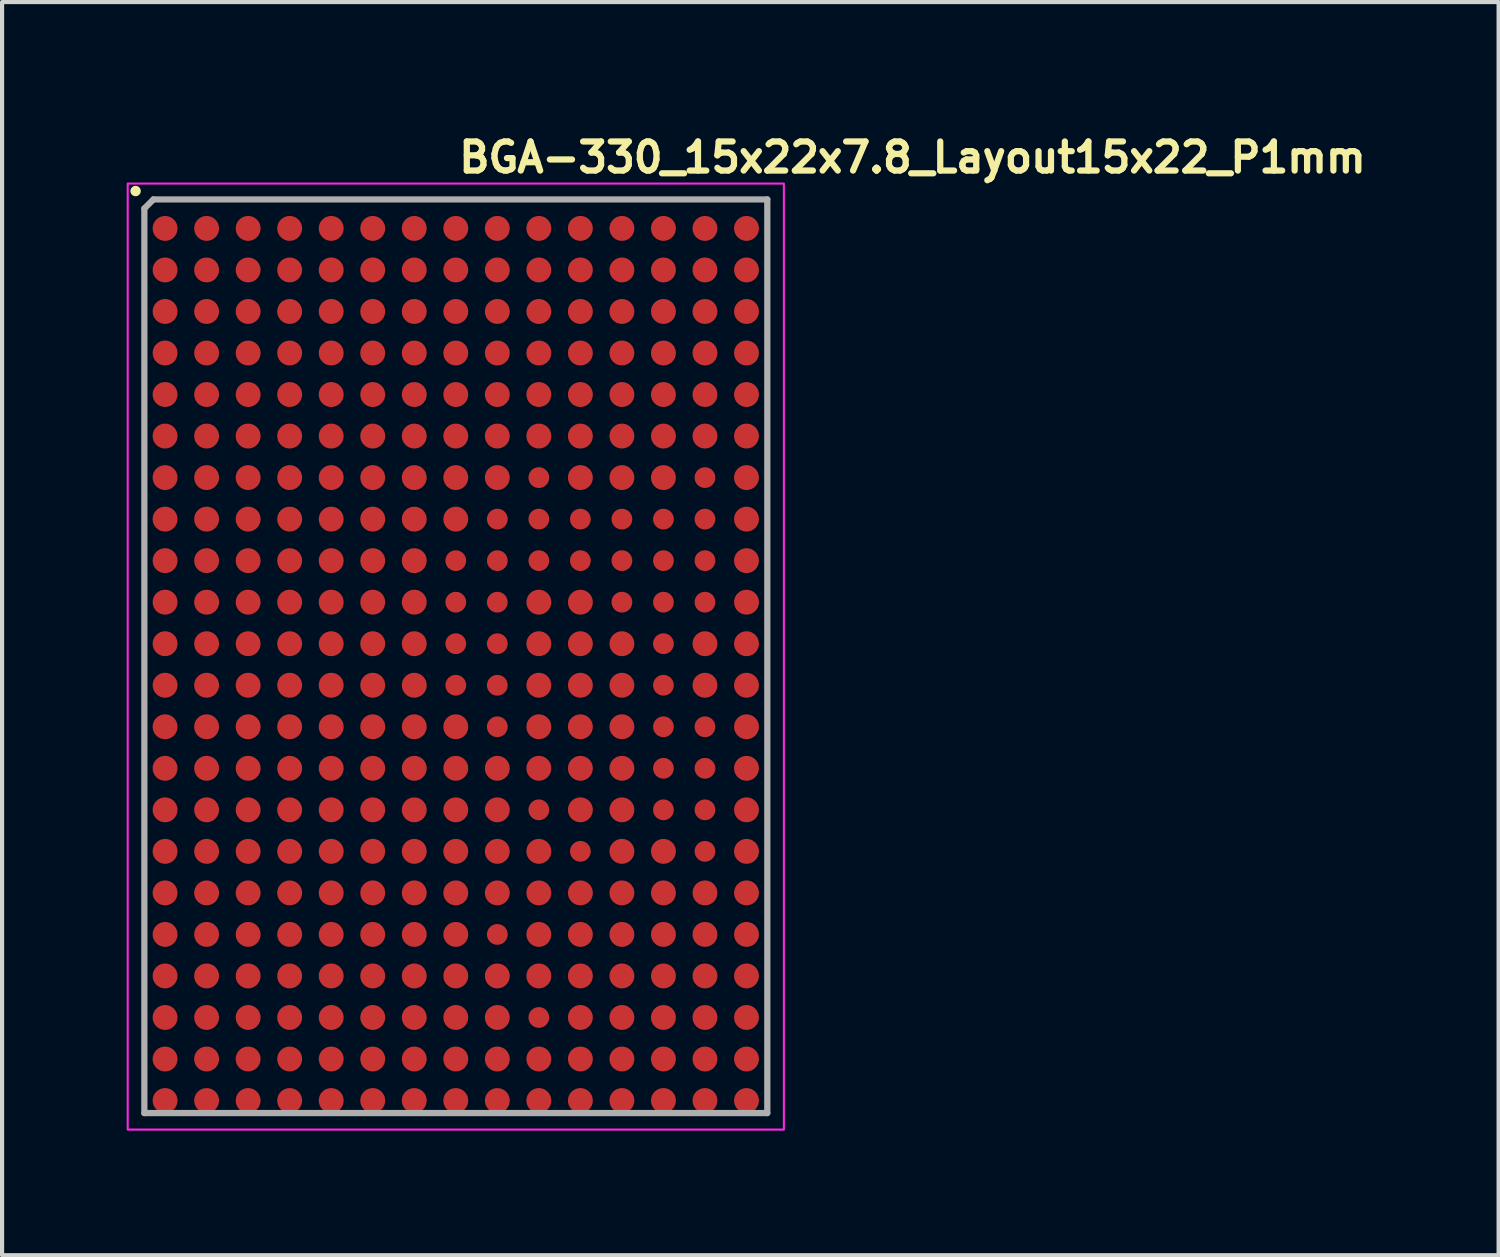
<source format=kicad_pcb>
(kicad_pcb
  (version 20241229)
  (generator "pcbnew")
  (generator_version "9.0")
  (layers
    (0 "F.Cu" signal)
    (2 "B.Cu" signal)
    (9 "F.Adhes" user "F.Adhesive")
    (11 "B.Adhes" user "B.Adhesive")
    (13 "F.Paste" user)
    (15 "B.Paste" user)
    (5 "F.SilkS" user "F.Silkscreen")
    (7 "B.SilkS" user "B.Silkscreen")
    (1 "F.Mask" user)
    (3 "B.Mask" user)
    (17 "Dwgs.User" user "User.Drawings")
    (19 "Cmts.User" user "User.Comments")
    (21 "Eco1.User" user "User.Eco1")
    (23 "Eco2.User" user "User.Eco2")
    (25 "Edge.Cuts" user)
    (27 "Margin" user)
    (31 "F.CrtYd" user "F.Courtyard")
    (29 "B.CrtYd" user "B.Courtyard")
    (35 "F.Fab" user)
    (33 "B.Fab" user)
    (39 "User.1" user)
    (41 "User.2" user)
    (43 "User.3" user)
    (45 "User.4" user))
  (footprint "BGA-330_15x22x7.8_Layout15x22_P1mm"
    (layer "F.Cu")
    (at 7.925 12.95)
    (property "Reference" "BGA-330_15x22x7.8_Layout15x22_P1mm" (at 0 -11.8 0) (unlocked yes) (layer "F.SilkS") (effects (font (size 0.7 0.7) (thickness 0.15)) (justify left bottom)))
    (attr smd)
    (fp_circle (center -7.71 -11.4) (end -7.66 -11.4) (stroke (width 0.15) (type solid)) (fill yes) (layer "F.SilkS"))
    (fp_rect (start -7.9 -11.58) (end 7.9 11.2) (stroke (width 0.05) (type solid)) (fill no) (layer "F.CrtYd"))
    (fp_line (start -7.499 -10.98) (end -7.499 10.802) (stroke (width 0.15) (type solid)) (layer "F.Fab"))
    (fp_line (start -7.281 -11.198) (end -7.499 -10.98) (stroke (width 0.15) (type solid)) (layer "F.Fab"))
    (fp_line (start 7.501 -11.198) (end -7.281 -11.198) (stroke (width 0.15) (type solid)) (layer "F.Fab"))
    (fp_line (start 7.501 -11.198) (end 7.501 10.802) (stroke (width 0.15) (type solid)) (layer "F.Fab"))
    (fp_line (start 7.501 10.802) (end -7.499 10.802) (stroke (width 0.15) (type solid)) (layer "F.Fab"))
    (fp_rect (start -7.506 -11.178) (end 7.506 10.818) (stroke (width 0.1) (type solid)) (fill no) (layer "User.5"))
    (fp_line (start -7.506 -11.178) (end -7.506 10.818) (stroke (width 0.02) (type solid)) (layer "User.9"))
    (fp_line (start -7.506 10.818) (end 7.506 10.818) (stroke (width 0.02) (type solid)) (layer "User.9"))
    (fp_line (start -6.38 -9.696) (end -6.38 -9.677) (stroke (width 0.02) (type solid)) (layer "User.9"))
    (fp_line (start -6.38 -9.677) (end -6.38 -9.677) (stroke (width 0.02) (type solid)) (layer "User.9"))
    (fp_line (start -6.38 -9.677) (end -6.38 -9.658) (stroke (width 0.02) (type solid)) (layer "User.9"))
    (fp_line (start -6.38 -9.658) (end -6.378 -9.639) (stroke (width 0.02) (type solid)) (layer "User.9"))
    (fp_line (start -6.378 -9.715) (end -6.38 -9.696) (stroke (width 0.02) (type solid)) (layer "User.9"))
    (fp_line (start -6.378 -9.639) (end -6.376 -9.62) (stroke (width 0.02) (type solid)) (layer "User.9"))
    (fp_line (start -6.376 -9.734) (end -6.378 -9.715) (stroke (width 0.02) (type solid)) (layer "User.9"))
    (fp_line (start -6.376 -9.62) (end -6.373 -9.601) (stroke (width 0.02) (type solid)) (layer "User.9"))
    (fp_line (start -6.373 -9.753) (end -6.376 -9.734) (stroke (width 0.02) (type solid)) (layer "User.9"))
    (fp_line (start -6.373 -9.601) (end -6.368 -9.583) (stroke (width 0.02) (type solid)) (layer "User.9"))
    (fp_line (start -6.368 -9.771) (end -6.373 -9.753) (stroke (width 0.02) (type solid)) (layer "User.9"))
    (fp_line (start -6.368 -9.583) (end -6.363 -9.565) (stroke (width 0.02) (type solid)) (layer "User.9"))
    (fp_line (start -6.363 -9.789) (end -6.368 -9.771) (stroke (width 0.02) (type solid)) (layer "User.9"))
    (fp_line (start -6.363 -9.565) (end -6.358 -9.548) (stroke (width 0.02) (type solid)) (layer "User.9"))
    (fp_line (start -6.358 -9.806) (end -6.363 -9.789) (stroke (width 0.02) (type solid)) (layer "User.9"))
    (fp_line (start -6.358 -9.548) (end -6.351 -9.531) (stroke (width 0.02) (type solid)) (layer "User.9"))
    (fp_line (start -6.351 -9.823) (end -6.358 -9.806) (stroke (width 0.02) (type solid)) (layer "User.9"))
    (fp_line (start -6.351 -9.531) (end -6.343 -9.514) (stroke (width 0.02) (type solid)) (layer "User.9"))
    (fp_line (start -6.343 -9.84) (end -6.351 -9.823) (stroke (width 0.02) (type solid)) (layer "User.9"))
    (fp_line (start -6.343 -9.514) (end -6.335 -9.498) (stroke (width 0.02) (type solid)) (layer "User.9"))
    (fp_line (start -6.335 -9.856) (end -6.343 -9.84) (stroke (width 0.02) (type solid)) (layer "User.9"))
    (fp_line (start -6.335 -9.498) (end -6.326 -9.482) (stroke (width 0.02) (type solid)) (layer "User.9"))
    (fp_line (start -6.326 -9.872) (end -6.335 -9.856) (stroke (width 0.02) (type solid)) (layer "User.9"))
    (fp_line (start -6.326 -9.482) (end -6.316 -9.467) (stroke (width 0.02) (type solid)) (layer "User.9"))
    (fp_line (start -6.316 -9.887) (end -6.326 -9.872) (stroke (width 0.02) (type solid)) (layer "User.9"))
    (fp_line (start -6.316 -9.467) (end -6.306 -9.452) (stroke (width 0.02) (type solid)) (layer "User.9"))
    (fp_line (start -6.306 -9.902) (end -6.316 -9.887) (stroke (width 0.02) (type solid)) (layer "User.9"))
    (fp_line (start -6.306 -9.452) (end -6.295 -9.438) (stroke (width 0.02) (type solid)) (layer "User.9"))
    (fp_line (start -6.295 -9.916) (end -6.306 -9.902) (stroke (width 0.02) (type solid)) (layer "User.9"))
    (fp_line (start -6.295 -9.438) (end -6.283 -9.425) (stroke (width 0.02) (type solid)) (layer "User.9"))
    (fp_line (start -6.283 -9.929) (end -6.295 -9.916) (stroke (width 0.02) (type solid)) (layer "User.9"))
    (fp_line (start -6.283 -9.425) (end -6.27 -9.412) (stroke (width 0.02) (type solid)) (layer "User.9"))
    (fp_line (start -6.27 -9.942) (end -6.283 -9.929) (stroke (width 0.02) (type solid)) (layer "User.9"))
    (fp_line (start -6.27 -9.412) (end -6.257 -9.399) (stroke (width 0.02) (type solid)) (layer "User.9"))
    (fp_line (start -6.257 -9.955) (end -6.27 -9.942) (stroke (width 0.02) (type solid)) (layer "User.9"))
    (fp_line (start -6.257 -9.399) (end -6.244 -9.387) (stroke (width 0.02) (type solid)) (layer "User.9"))
    (fp_line (start -6.244 -9.967) (end -6.257 -9.955) (stroke (width 0.02) (type solid)) (layer "User.9"))
    (fp_line (start -6.244 -9.387) (end -6.23 -9.376) (stroke (width 0.02) (type solid)) (layer "User.9"))
    (fp_line (start -6.23 -9.978) (end -6.244 -9.967) (stroke (width 0.02) (type solid)) (layer "User.9"))
    (fp_line (start -6.23 -9.376) (end -6.215 -9.366) (stroke (width 0.02) (type solid)) (layer "User.9"))
    (fp_line (start -6.215 -9.988) (end -6.23 -9.978) (stroke (width 0.02) (type solid)) (layer "User.9"))
    (fp_line (start -6.215 -9.366) (end -6.2 -9.356) (stroke (width 0.02) (type solid)) (layer "User.9"))
    (fp_line (start -6.2 -9.998) (end -6.215 -9.988) (stroke (width 0.02) (type solid)) (layer "User.9"))
    (fp_line (start -6.2 -9.356) (end -6.184 -9.347) (stroke (width 0.02) (type solid)) (layer "User.9"))
    (fp_line (start -6.184 -10.007) (end -6.2 -9.998) (stroke (width 0.02) (type solid)) (layer "User.9"))
    (fp_line (start -6.184 -9.347) (end -6.168 -9.339) (stroke (width 0.02) (type solid)) (layer "User.9"))
    (fp_line (start -6.168 -10.015) (end -6.184 -10.007) (stroke (width 0.02) (type solid)) (layer "User.9"))
    (fp_line (start -6.168 -9.339) (end -6.151 -9.331) (stroke (width 0.02) (type solid)) (layer "User.9"))
    (fp_line (start -6.151 -10.023) (end -6.168 -10.015) (stroke (width 0.02) (type solid)) (layer "User.9"))
    (fp_line (start -6.151 -9.331) (end -6.134 -9.324) (stroke (width 0.02) (type solid)) (layer "User.9"))
    (fp_line (start -6.134 -10.03) (end -6.151 -10.023) (stroke (width 0.02) (type solid)) (layer "User.9"))
    (fp_line (start -6.134 -9.324) (end -6.117 -9.319) (stroke (width 0.02) (type solid)) (layer "User.9"))
    (fp_line (start -6.117 -10.035) (end -6.134 -10.03) (stroke (width 0.02) (type solid)) (layer "User.9"))
    (fp_line (start -6.117 -9.319) (end -6.099 -9.314) (stroke (width 0.02) (type solid)) (layer "User.9"))
    (fp_line (start -6.099 -10.04) (end -6.117 -10.035) (stroke (width 0.02) (type solid)) (layer "User.9"))
    (fp_line (start -6.099 -9.314) (end -6.081 -9.309) (stroke (width 0.02) (type solid)) (layer "User.9"))
    (fp_line (start -6.081 -10.045) (end -6.099 -10.04) (stroke (width 0.02) (type solid)) (layer "User.9"))
    (fp_line (start -6.081 -9.309) (end -6.062 -9.306) (stroke (width 0.02) (type solid)) (layer "User.9"))
    (fp_line (start -6.062 -10.048) (end -6.081 -10.045) (stroke (width 0.02) (type solid)) (layer "User.9"))
    (fp_line (start -6.062 -9.306) (end -6.043 -9.304) (stroke (width 0.02) (type solid)) (layer "User.9"))
    (fp_line (start -6.043 -10.05) (end -6.062 -10.048) (stroke (width 0.02) (type solid)) (layer "User.9"))
    (fp_line (start -6.043 -9.304) (end -6.024 -9.302) (stroke (width 0.02) (type solid)) (layer "User.9"))
    (fp_line (start -6.024 -10.052) (end -6.043 -10.05) (stroke (width 0.02) (type solid)) (layer "User.9"))
    (fp_line (start -6.024 -9.302) (end -6.005 -9.302) (stroke (width 0.02) (type solid)) (layer "User.9"))
    (fp_line (start -6.005 -10.052) (end -6.024 -10.052) (stroke (width 0.02) (type solid)) (layer "User.9"))
    (fp_line (start -6.005 -10.052) (end -6.005 -10.052) (stroke (width 0.02) (type solid)) (layer "User.9"))
    (fp_line (start -6.005 -10.052) (end -6.005 -10.052) (stroke (width 0.02) (type solid)) (layer "User.9"))
    (fp_line (start -6.005 -9.302) (end -6.005 -9.302) (stroke (width 0.02) (type solid)) (layer "User.9"))
    (fp_line (start -6.005 -9.302) (end -5.986 -9.302) (stroke (width 0.02) (type solid)) (layer "User.9"))
    (fp_line (start -5.986 -10.052) (end -6.005 -10.052) (stroke (width 0.02) (type solid)) (layer "User.9"))
    (fp_line (start -5.986 -9.302) (end -5.967 -9.304) (stroke (width 0.02) (type solid)) (layer "User.9"))
    (fp_line (start -5.967 -10.05) (end -5.986 -10.052) (stroke (width 0.02) (type solid)) (layer "User.9"))
    (fp_line (start -5.967 -9.304) (end -5.948 -9.306) (stroke (width 0.02) (type solid)) (layer "User.9"))
    (fp_line (start -5.948 -10.048) (end -5.967 -10.05) (stroke (width 0.02) (type solid)) (layer "User.9"))
    (fp_line (start -5.948 -9.306) (end -5.929 -9.309) (stroke (width 0.02) (type solid)) (layer "User.9"))
    (fp_line (start -5.929 -10.045) (end -5.948 -10.048) (stroke (width 0.02) (type solid)) (layer "User.9"))
    (fp_line (start -5.929 -9.309) (end -5.911 -9.314) (stroke (width 0.02) (type solid)) (layer "User.9"))
    (fp_line (start -5.911 -10.04) (end -5.929 -10.045) (stroke (width 0.02) (type solid)) (layer "User.9"))
    (fp_line (start -5.911 -9.314) (end -5.893 -9.319) (stroke (width 0.02) (type solid)) (layer "User.9"))
    (fp_line (start -5.893 -10.035) (end -5.911 -10.04) (stroke (width 0.02) (type solid)) (layer "User.9"))
    (fp_line (start -5.893 -9.319) (end -5.876 -9.324) (stroke (width 0.02) (type solid)) (layer "User.9"))
    (fp_line (start -5.876 -10.03) (end -5.893 -10.035) (stroke (width 0.02) (type solid)) (layer "User.9"))
    (fp_line (start -5.876 -9.324) (end -5.859 -9.331) (stroke (width 0.02) (type solid)) (layer "User.9"))
    (fp_line (start -5.859 -10.023) (end -5.876 -10.03) (stroke (width 0.02) (type solid)) (layer "User.9"))
    (fp_line (start -5.859 -9.331) (end -5.842 -9.339) (stroke (width 0.02) (type solid)) (layer "User.9"))
    (fp_line (start -5.842 -10.015) (end -5.859 -10.023) (stroke (width 0.02) (type solid)) (layer "User.9"))
    (fp_line (start -5.842 -9.339) (end -5.826 -9.347) (stroke (width 0.02) (type solid)) (layer "User.9"))
    (fp_line (start -5.826 -10.007) (end -5.842 -10.015) (stroke (width 0.02) (type solid)) (layer "User.9"))
    (fp_line (start -5.826 -9.347) (end -5.81 -9.356) (stroke (width 0.02) (type solid)) (layer "User.9"))
    (fp_line (start -5.81 -9.998) (end -5.826 -10.007) (stroke (width 0.02) (type solid)) (layer "User.9"))
    (fp_line (start -5.81 -9.356) (end -5.795 -9.366) (stroke (width 0.02) (type solid)) (layer "User.9"))
    (fp_line (start -5.795 -9.988) (end -5.81 -9.998) (stroke (width 0.02) (type solid)) (layer "User.9"))
    (fp_line (start -5.795 -9.366) (end -5.78 -9.376) (stroke (width 0.02) (type solid)) (layer "User.9"))
    (fp_line (start -5.78 -9.978) (end -5.795 -9.988) (stroke (width 0.02) (type solid)) (layer "User.9"))
    (fp_line (start -5.78 -9.376) (end -5.766 -9.387) (stroke (width 0.02) (type solid)) (layer "User.9"))
    (fp_line (start -5.766 -9.967) (end -5.78 -9.978) (stroke (width 0.02) (type solid)) (layer "User.9"))
    (fp_line (start -5.766 -9.387) (end -5.753 -9.399) (stroke (width 0.02) (type solid)) (layer "User.9"))
    (fp_line (start -5.753 -9.955) (end -5.766 -9.967) (stroke (width 0.02) (type solid)) (layer "User.9"))
    (fp_line (start -5.753 -9.399) (end -5.74 -9.412) (stroke (width 0.02) (type solid)) (layer "User.9"))
    (fp_line (start -5.74 -9.942) (end -5.753 -9.955) (stroke (width 0.02) (type solid)) (layer "User.9"))
    (fp_line (start -5.74 -9.412) (end -5.727 -9.425) (stroke (width 0.02) (type solid)) (layer "User.9"))
    (fp_line (start -5.727 -9.929) (end -5.74 -9.942) (stroke (width 0.02) (type solid)) (layer "User.9"))
    (fp_line (start -5.727 -9.425) (end -5.715 -9.438) (stroke (width 0.02) (type solid)) (layer "User.9"))
    (fp_line (start -5.715 -9.916) (end -5.727 -9.929) (stroke (width 0.02) (type solid)) (layer "User.9"))
    (fp_line (start -5.715 -9.438) (end -5.704 -9.452) (stroke (width 0.02) (type solid)) (layer "User.9"))
    (fp_line (start -5.704 -9.902) (end -5.715 -9.916) (stroke (width 0.02) (type solid)) (layer "User.9"))
    (fp_line (start -5.704 -9.452) (end -5.694 -9.467) (stroke (width 0.02) (type solid)) (layer "User.9"))
    (fp_line (start -5.694 -9.887) (end -5.704 -9.902) (stroke (width 0.02) (type solid)) (layer "User.9"))
    (fp_line (start -5.694 -9.467) (end -5.684 -9.482) (stroke (width 0.02) (type solid)) (layer "User.9"))
    (fp_line (start -5.684 -9.872) (end -5.694 -9.887) (stroke (width 0.02) (type solid)) (layer "User.9"))
    (fp_line (start -5.684 -9.482) (end -5.675 -9.498) (stroke (width 0.02) (type solid)) (layer "User.9"))
    (fp_line (start -5.675 -9.856) (end -5.684 -9.872) (stroke (width 0.02) (type solid)) (layer "User.9"))
    (fp_line (start -5.675 -9.498) (end -5.667 -9.514) (stroke (width 0.02) (type solid)) (layer "User.9"))
    (fp_line (start -5.667 -9.84) (end -5.675 -9.856) (stroke (width 0.02) (type solid)) (layer "User.9"))
    (fp_line (start -5.667 -9.514) (end -5.659 -9.531) (stroke (width 0.02) (type solid)) (layer "User.9"))
    (fp_line (start -5.659 -9.823) (end -5.667 -9.84) (stroke (width 0.02) (type solid)) (layer "User.9"))
    (fp_line (start -5.659 -9.531) (end -5.652 -9.548) (stroke (width 0.02) (type solid)) (layer "User.9"))
    (fp_line (start -5.652 -9.806) (end -5.659 -9.823) (stroke (width 0.02) (type solid)) (layer "User.9"))
    (fp_line (start -5.652 -9.548) (end -5.647 -9.565) (stroke (width 0.02) (type solid)) (layer "User.9"))
    (fp_line (start -5.647 -9.789) (end -5.652 -9.806) (stroke (width 0.02) (type solid)) (layer "User.9"))
    (fp_line (start -5.647 -9.565) (end -5.642 -9.583) (stroke (width 0.02) (type solid)) (layer "User.9"))
    (fp_line (start -5.642 -9.771) (end -5.647 -9.789) (stroke (width 0.02) (type solid)) (layer "User.9"))
    (fp_line (start -5.642 -9.583) (end -5.637 -9.601) (stroke (width 0.02) (type solid)) (layer "User.9"))
    (fp_line (start -5.637 -9.753) (end -5.642 -9.771) (stroke (width 0.02) (type solid)) (layer "User.9"))
    (fp_line (start -5.637 -9.601) (end -5.634 -9.62) (stroke (width 0.02) (type solid)) (layer "User.9"))
    (fp_line (start -5.634 -9.734) (end -5.637 -9.753) (stroke (width 0.02) (type solid)) (layer "User.9"))
    (fp_line (start -5.634 -9.62) (end -5.632 -9.639) (stroke (width 0.02) (type solid)) (layer "User.9"))
    (fp_line (start -5.632 -9.715) (end -5.634 -9.734) (stroke (width 0.02) (type solid)) (layer "User.9"))
    (fp_line (start -5.632 -9.639) (end -5.63 -9.658) (stroke (width 0.02) (type solid)) (layer "User.9"))
    (fp_line (start -5.63 -9.696) (end -5.632 -9.715) (stroke (width 0.02) (type solid)) (layer "User.9"))
    (fp_line (start -5.63 -9.677) (end -5.63 -9.696) (stroke (width 0.02) (type solid)) (layer "User.9"))
    (fp_line (start -5.63 -9.677) (end -5.63 -9.677) (stroke (width 0.02) (type solid)) (layer "User.9"))
    (fp_line (start -5.63 -9.658) (end -5.63 -9.677) (stroke (width 0.02) (type solid)) (layer "User.9"))
    (fp_line (start 7.506 -11.178) (end -7.506 -11.178) (stroke (width 0.02) (type solid)) (layer "User.9"))
    (fp_line (start 7.506 10.818) (end 7.506 -11.178) (stroke (width 0.02) (type solid)) (layer "User.9"))
    (pad "A1" smd circle (at -7 -10.5 270) (size 0.6 0.6) (layers "F.Cu" "F.Mask" "F.Paste"))
    (pad "A2" smd circle (at -6 -10.5 270) (size 0.6 0.6) (layers "F.Cu" "F.Mask" "F.Paste"))
    (pad "A3" smd circle (at -5 -10.5 270) (size 0.6 0.6) (layers "F.Cu" "F.Mask" "F.Paste"))
    (pad "A4" smd circle (at -4 -10.5 270) (size 0.6 0.6) (layers "F.Cu" "F.Mask" "F.Paste"))
    (pad "A5" smd circle (at -3 -10.5 270) (size 0.6 0.6) (layers "F.Cu" "F.Mask" "F.Paste"))
    (pad "A6" smd circle (at -2 -10.5 270) (size 0.6 0.6) (layers "F.Cu" "F.Mask" "F.Paste"))
    (pad "A7" smd circle (at -1 -10.5 270) (size 0.6 0.6) (layers "F.Cu" "F.Mask" "F.Paste"))
    (pad "A8" smd circle (at 0 -10.5 270) (size 0.6 0.6) (layers "F.Cu" "F.Mask" "F.Paste"))
    (pad "A9" smd circle (at 1 -10.5 270) (size 0.6 0.6) (layers "F.Cu" "F.Mask" "F.Paste"))
    (pad "A10" smd circle (at 2 -10.5 270) (size 0.6 0.6) (layers "F.Cu" "F.Mask" "F.Paste"))
    (pad "A11" smd circle (at 3 -10.5 270) (size 0.6 0.6) (layers "F.Cu" "F.Mask" "F.Paste"))
    (pad "A12" smd circle (at 4 -10.5 270) (size 0.6 0.6) (layers "F.Cu" "F.Mask" "F.Paste"))
    (pad "A13" smd circle (at 5 -10.5 270) (size 0.6 0.6) (layers "F.Cu" "F.Mask" "F.Paste"))
    (pad "A14" smd circle (at 6 -10.5 270) (size 0.6 0.6) (layers "F.Cu" "F.Mask" "F.Paste"))
    (pad "A15" smd circle (at 7 -10.5 270) (size 0.6 0.6) (layers "F.Cu" "F.Mask" "F.Paste"))
    (pad "AA1" smd circle (at -7 9.5 270) (size 0.6 0.6) (layers "F.Cu" "F.Mask" "F.Paste"))
    (pad "AA2" smd circle (at -6 9.5 270) (size 0.6 0.6) (layers "F.Cu" "F.Mask" "F.Paste"))
    (pad "AA3" smd circle (at -5 9.5 270) (size 0.6 0.6) (layers "F.Cu" "F.Mask" "F.Paste"))
    (pad "AA4" smd circle (at -4 9.5 270) (size 0.6 0.6) (layers "F.Cu" "F.Mask" "F.Paste"))
    (pad "AA5" smd circle (at -3 9.5 270) (size 0.6 0.6) (layers "F.Cu" "F.Mask" "F.Paste"))
    (pad "AA6" smd circle (at -2 9.5 270) (size 0.6 0.6) (layers "F.Cu" "F.Mask" "F.Paste"))
    (pad "AA7" smd circle (at -1 9.5 270) (size 0.6 0.6) (layers "F.Cu" "F.Mask" "F.Paste"))
    (pad "AA8" smd circle (at 0 9.5 270) (size 0.6 0.6) (layers "F.Cu" "F.Mask" "F.Paste"))
    (pad "AA9" smd circle (at 1 9.5 270) (size 0.6 0.6) (layers "F.Cu" "F.Mask" "F.Paste"))
    (pad "AA10" smd circle (at 2 9.5 270) (size 0.6 0.6) (layers "F.Cu" "F.Mask" "F.Paste"))
    (pad "AA11" smd circle (at 3 9.5 270) (size 0.6 0.6) (layers "F.Cu" "F.Mask" "F.Paste"))
    (pad "AA12" smd circle (at 4 9.5 270) (size 0.6 0.6) (layers "F.Cu" "F.Mask" "F.Paste"))
    (pad "AA13" smd circle (at 5 9.5 270) (size 0.6 0.6) (layers "F.Cu" "F.Mask" "F.Paste"))
    (pad "AA14" smd circle (at 6 9.5 270) (size 0.6 0.6) (layers "F.Cu" "F.Mask" "F.Paste"))
    (pad "AA15" smd circle (at 7 9.5 270) (size 0.6 0.6) (layers "F.Cu" "F.Mask" "F.Paste"))
    (pad "AB1" smd circle (at -7 10.5 270) (size 0.6 0.6) (layers "F.Cu" "F.Mask" "F.Paste"))
    (pad "AB2" smd circle (at -6 10.5 270) (size 0.6 0.6) (layers "F.Cu" "F.Mask" "F.Paste"))
    (pad "AB3" smd circle (at -5 10.5 270) (size 0.6 0.6) (layers "F.Cu" "F.Mask" "F.Paste"))
    (pad "AB4" smd circle (at -4 10.5 270) (size 0.6 0.6) (layers "F.Cu" "F.Mask" "F.Paste"))
    (pad "AB5" smd circle (at -3 10.5 270) (size 0.6 0.6) (layers "F.Cu" "F.Mask" "F.Paste"))
    (pad "AB6" smd circle (at -2 10.5 270) (size 0.6 0.6) (layers "F.Cu" "F.Mask" "F.Paste"))
    (pad "AB7" smd circle (at -1 10.5 270) (size 0.6 0.6) (layers "F.Cu" "F.Mask" "F.Paste"))
    (pad "AB8" smd circle (at 0 10.5 270) (size 0.6 0.6) (layers "F.Cu" "F.Mask" "F.Paste"))
    (pad "AB9" smd circle (at 1 10.5 270) (size 0.6 0.6) (layers "F.Cu" "F.Mask" "F.Paste"))
    (pad "AB10" smd circle (at 2 10.5 270) (size 0.6 0.6) (layers "F.Cu" "F.Mask" "F.Paste"))
    (pad "AB11" smd circle (at 3 10.5 270) (size 0.6 0.6) (layers "F.Cu" "F.Mask" "F.Paste"))
    (pad "AB12" smd circle (at 4 10.5 270) (size 0.6 0.6) (layers "F.Cu" "F.Mask" "F.Paste"))
    (pad "AB13" smd circle (at 5 10.5 270) (size 0.6 0.6) (layers "F.Cu" "F.Mask" "F.Paste"))
    (pad "AB14" smd circle (at 6 10.5 270) (size 0.6 0.6) (layers "F.Cu" "F.Mask" "F.Paste"))
    (pad "AB15" smd circle (at 7 10.5 270) (size 0.6 0.6) (layers "F.Cu" "F.Mask" "F.Paste"))
    (pad "B1" smd circle (at -7 -9.5 270) (size 0.6 0.6) (layers "F.Cu" "F.Mask" "F.Paste"))
    (pad "B2" smd circle (at -6 -9.5 270) (size 0.6 0.6) (layers "F.Cu" "F.Mask" "F.Paste"))
    (pad "B3" smd circle (at -5 -9.5 270) (size 0.6 0.6) (layers "F.Cu" "F.Mask" "F.Paste"))
    (pad "B4" smd circle (at -4 -9.5 270) (size 0.6 0.6) (layers "F.Cu" "F.Mask" "F.Paste"))
    (pad "B5" smd circle (at -3 -9.5 270) (size 0.6 0.6) (layers "F.Cu" "F.Mask" "F.Paste"))
    (pad "B6" smd circle (at -2 -9.5 270) (size 0.6 0.6) (layers "F.Cu" "F.Mask" "F.Paste"))
    (pad "B7" smd circle (at -1 -9.5 270) (size 0.6 0.6) (layers "F.Cu" "F.Mask" "F.Paste"))
    (pad "B8" smd circle (at 0 -9.5 270) (size 0.6 0.6) (layers "F.Cu" "F.Mask" "F.Paste"))
    (pad "B9" smd circle (at 1 -9.5 270) (size 0.6 0.6) (layers "F.Cu" "F.Mask" "F.Paste"))
    (pad "B10" smd circle (at 2 -9.5 270) (size 0.6 0.6) (layers "F.Cu" "F.Mask" "F.Paste"))
    (pad "B11" smd circle (at 3 -9.5 270) (size 0.6 0.6) (layers "F.Cu" "F.Mask" "F.Paste"))
    (pad "B12" smd circle (at 4 -9.5 270) (size 0.6 0.6) (layers "F.Cu" "F.Mask" "F.Paste"))
    (pad "B13" smd circle (at 5 -9.5 270) (size 0.6 0.6) (layers "F.Cu" "F.Mask" "F.Paste"))
    (pad "B14" smd circle (at 6 -9.5 270) (size 0.6 0.6) (layers "F.Cu" "F.Mask" "F.Paste"))
    (pad "B15" smd circle (at 7 -9.5 270) (size 0.6 0.6) (layers "F.Cu" "F.Mask" "F.Paste"))
    (pad "C1" smd circle (at -7 -8.5 270) (size 0.6 0.6) (layers "F.Cu" "F.Mask" "F.Paste"))
    (pad "C2" smd circle (at -6 -8.5 270) (size 0.6 0.6) (layers "F.Cu" "F.Mask" "F.Paste"))
    (pad "C3" smd circle (at -5 -8.5 270) (size 0.6 0.6) (layers "F.Cu" "F.Mask" "F.Paste"))
    (pad "C4" smd circle (at -4 -8.5 270) (size 0.6 0.6) (layers "F.Cu" "F.Mask" "F.Paste"))
    (pad "C5" smd circle (at -3 -8.5 270) (size 0.6 0.6) (layers "F.Cu" "F.Mask" "F.Paste"))
    (pad "C6" smd circle (at -2 -8.5 270) (size 0.6 0.6) (layers "F.Cu" "F.Mask" "F.Paste"))
    (pad "C7" smd circle (at -1 -8.5 270) (size 0.6 0.6) (layers "F.Cu" "F.Mask" "F.Paste"))
    (pad "C8" smd circle (at 0 -8.5 270) (size 0.6 0.6) (layers "F.Cu" "F.Mask" "F.Paste"))
    (pad "C9" smd circle (at 1 -8.5 270) (size 0.6 0.6) (layers "F.Cu" "F.Mask" "F.Paste"))
    (pad "C10" smd circle (at 2 -8.5 270) (size 0.6 0.6) (layers "F.Cu" "F.Mask" "F.Paste"))
    (pad "C11" smd circle (at 3 -8.5 270) (size 0.6 0.6) (layers "F.Cu" "F.Mask" "F.Paste"))
    (pad "C12" smd circle (at 4 -8.5 270) (size 0.6 0.6) (layers "F.Cu" "F.Mask" "F.Paste"))
    (pad "C13" smd circle (at 5 -8.5 270) (size 0.6 0.6) (layers "F.Cu" "F.Mask" "F.Paste"))
    (pad "C14" smd circle (at 6 -8.5 270) (size 0.6 0.6) (layers "F.Cu" "F.Mask" "F.Paste"))
    (pad "C15" smd circle (at 7 -8.5 270) (size 0.6 0.6) (layers "F.Cu" "F.Mask" "F.Paste"))
    (pad "D1" smd circle (at -7 -7.5 270) (size 0.6 0.6) (layers "F.Cu" "F.Mask" "F.Paste"))
    (pad "D2" smd circle (at -6 -7.5 270) (size 0.6 0.6) (layers "F.Cu" "F.Mask" "F.Paste"))
    (pad "D3" smd circle (at -5 -7.5 270) (size 0.6 0.6) (layers "F.Cu" "F.Mask" "F.Paste"))
    (pad "D4" smd circle (at -4 -7.5 270) (size 0.6 0.6) (layers "F.Cu" "F.Mask" "F.Paste"))
    (pad "D5" smd circle (at -3 -7.5 270) (size 0.6 0.6) (layers "F.Cu" "F.Mask" "F.Paste"))
    (pad "D6" smd circle (at -2 -7.5 270) (size 0.6 0.6) (layers "F.Cu" "F.Mask" "F.Paste"))
    (pad "D7" smd circle (at -1 -7.5 270) (size 0.6 0.6) (layers "F.Cu" "F.Mask" "F.Paste"))
    (pad "D8" smd circle (at 0 -7.5 270) (size 0.6 0.6) (layers "F.Cu" "F.Mask" "F.Paste"))
    (pad "D9" smd circle (at 1 -7.5 270) (size 0.6 0.6) (layers "F.Cu" "F.Mask" "F.Paste"))
    (pad "D10" smd circle (at 2 -7.5 270) (size 0.6 0.6) (layers "F.Cu" "F.Mask" "F.Paste"))
    (pad "D11" smd circle (at 3 -7.5 270) (size 0.6 0.6) (layers "F.Cu" "F.Mask" "F.Paste"))
    (pad "D12" smd circle (at 4 -7.5 270) (size 0.6 0.6) (layers "F.Cu" "F.Mask" "F.Paste"))
    (pad "D13" smd circle (at 5 -7.5 270) (size 0.6 0.6) (layers "F.Cu" "F.Mask" "F.Paste"))
    (pad "D14" smd circle (at 6 -7.5 270) (size 0.6 0.6) (layers "F.Cu" "F.Mask" "F.Paste"))
    (pad "D15" smd circle (at 7 -7.5 270) (size 0.6 0.6) (layers "F.Cu" "F.Mask" "F.Paste"))
    (pad "E1" smd circle (at -7 -6.5 270) (size 0.6 0.6) (layers "F.Cu" "F.Mask" "F.Paste"))
    (pad "E2" smd circle (at -6 -6.5 270) (size 0.6 0.6) (layers "F.Cu" "F.Mask" "F.Paste"))
    (pad "E3" smd circle (at -5 -6.5 270) (size 0.6 0.6) (layers "F.Cu" "F.Mask" "F.Paste"))
    (pad "E4" smd circle (at -4 -6.5 270) (size 0.6 0.6) (layers "F.Cu" "F.Mask" "F.Paste"))
    (pad "E5" smd circle (at -3 -6.5 270) (size 0.6 0.6) (layers "F.Cu" "F.Mask" "F.Paste"))
    (pad "E6" smd circle (at -2 -6.5 270) (size 0.6 0.6) (layers "F.Cu" "F.Mask" "F.Paste"))
    (pad "E7" smd circle (at -1 -6.5 270) (size 0.6 0.6) (layers "F.Cu" "F.Mask" "F.Paste"))
    (pad "E8" smd circle (at 0 -6.5 270) (size 0.6 0.6) (layers "F.Cu" "F.Mask" "F.Paste"))
    (pad "E9" smd circle (at 1 -6.5 270) (size 0.6 0.6) (layers "F.Cu" "F.Mask" "F.Paste"))
    (pad "E10" smd circle (at 2 -6.5 270) (size 0.6 0.6) (layers "F.Cu" "F.Mask" "F.Paste"))
    (pad "E11" smd circle (at 3 -6.5 270) (size 0.6 0.6) (layers "F.Cu" "F.Mask" "F.Paste"))
    (pad "E12" smd circle (at 4 -6.5 270) (size 0.6 0.6) (layers "F.Cu" "F.Mask" "F.Paste"))
    (pad "E13" smd circle (at 5 -6.5 270) (size 0.6 0.6) (layers "F.Cu" "F.Mask" "F.Paste"))
    (pad "E14" smd circle (at 6 -6.5 270) (size 0.6 0.6) (layers "F.Cu" "F.Mask" "F.Paste"))
    (pad "E15" smd circle (at 7 -6.5 270) (size 0.6 0.6) (layers "F.Cu" "F.Mask" "F.Paste"))
    (pad "F1" smd circle (at -7 -5.5 270) (size 0.6 0.6) (layers "F.Cu" "F.Mask" "F.Paste"))
    (pad "F2" smd circle (at -6 -5.5 270) (size 0.6 0.6) (layers "F.Cu" "F.Mask" "F.Paste"))
    (pad "F3" smd circle (at -5 -5.5 270) (size 0.6 0.6) (layers "F.Cu" "F.Mask" "F.Paste"))
    (pad "F4" smd circle (at -4 -5.5 270) (size 0.6 0.6) (layers "F.Cu" "F.Mask" "F.Paste"))
    (pad "F5" smd circle (at -3 -5.5 270) (size 0.6 0.6) (layers "F.Cu" "F.Mask" "F.Paste"))
    (pad "F6" smd circle (at -2 -5.5 270) (size 0.6 0.6) (layers "F.Cu" "F.Mask" "F.Paste"))
    (pad "F7" smd circle (at -1 -5.5 270) (size 0.6 0.6) (layers "F.Cu" "F.Mask" "F.Paste"))
    (pad "F8" smd circle (at 0 -5.5 270) (size 0.6 0.6) (layers "F.Cu" "F.Mask" "F.Paste"))
    (pad "F9" smd circle (at 1 -5.5 270) (size 0.6 0.6) (layers "F.Cu" "F.Mask" "F.Paste"))
    (pad "F10" smd circle (at 2 -5.5 270) (size 0.6 0.6) (layers "F.Cu" "F.Mask" "F.Paste"))
    (pad "F11" smd circle (at 3 -5.5 270) (size 0.6 0.6) (layers "F.Cu" "F.Mask" "F.Paste"))
    (pad "F12" smd circle (at 4 -5.5 270) (size 0.6 0.6) (layers "F.Cu" "F.Mask" "F.Paste"))
    (pad "F13" smd circle (at 5 -5.5 270) (size 0.6 0.6) (layers "F.Cu" "F.Mask" "F.Paste"))
    (pad "F14" smd circle (at 6 -5.5 270) (size 0.6 0.6) (layers "F.Cu" "F.Mask" "F.Paste"))
    (pad "F15" smd circle (at 7 -5.5 270) (size 0.6 0.6) (layers "F.Cu" "F.Mask" "F.Paste"))
    (pad "G1" smd circle (at -7 -4.5 270) (size 0.6 0.6) (layers "F.Cu" "F.Mask" "F.Paste"))
    (pad "G2" smd circle (at -6 -4.5 270) (size 0.6 0.6) (layers "F.Cu" "F.Mask" "F.Paste"))
    (pad "G3" smd circle (at -5 -4.5 270) (size 0.6 0.6) (layers "F.Cu" "F.Mask" "F.Paste"))
    (pad "G4" smd circle (at -4 -4.5 270) (size 0.6 0.6) (layers "F.Cu" "F.Mask" "F.Paste"))
    (pad "G5" smd circle (at -3 -4.5 270) (size 0.6 0.6) (layers "F.Cu" "F.Mask" "F.Paste"))
    (pad "G6" smd circle (at -2 -4.5 270) (size 0.6 0.6) (layers "F.Cu" "F.Mask" "F.Paste"))
    (pad "G7" smd circle (at -1 -4.5 270) (size 0.6 0.6) (layers "F.Cu" "F.Mask" "F.Paste"))
    (pad "G8" smd circle (at 0 -4.5 270) (size 0.6 0.6) (layers "F.Cu" "F.Mask" "F.Paste"))
    (pad "G9" smd circle (at 1 -4.5 270) (size 0.6 0.6) (layers "F.Cu" "F.Mask" "F.Paste"))
    (pad "G10" smd circle (at 2 -4.5 270) (size 0.5 0.5) (layers "F.Cu" "F.Mask" "F.Paste"))
    (pad "G11" smd circle (at 3 -4.5 270) (size 0.6 0.6) (layers "F.Cu" "F.Mask" "F.Paste"))
    (pad "G12" smd circle (at 4 -4.5 270) (size 0.6 0.6) (layers "F.Cu" "F.Mask" "F.Paste"))
    (pad "G13" smd circle (at 5 -4.5 270) (size 0.6 0.6) (layers "F.Cu" "F.Mask" "F.Paste"))
    (pad "G14" smd circle (at 6 -4.5 270) (size 0.5 0.5) (layers "F.Cu" "F.Mask" "F.Paste"))
    (pad "G15" smd circle (at 7 -4.5 270) (size 0.6 0.6) (layers "F.Cu" "F.Mask" "F.Paste"))
    (pad "H1" smd circle (at -7 -3.5 270) (size 0.6 0.6) (layers "F.Cu" "F.Mask" "F.Paste"))
    (pad "H2" smd circle (at -6 -3.5 270) (size 0.6 0.6) (layers "F.Cu" "F.Mask" "F.Paste"))
    (pad "H3" smd circle (at -5 -3.5 270) (size 0.6 0.6) (layers "F.Cu" "F.Mask" "F.Paste"))
    (pad "H4" smd circle (at -4 -3.5 270) (size 0.6 0.6) (layers "F.Cu" "F.Mask" "F.Paste"))
    (pad "H5" smd circle (at -3 -3.5 270) (size 0.6 0.6) (layers "F.Cu" "F.Mask" "F.Paste"))
    (pad "H6" smd circle (at -2 -3.5 270) (size 0.6 0.6) (layers "F.Cu" "F.Mask" "F.Paste"))
    (pad "H7" smd circle (at -1 -3.5 270) (size 0.6 0.6) (layers "F.Cu" "F.Mask" "F.Paste"))
    (pad "H8" smd circle (at 0 -3.5 270) (size 0.6 0.6) (layers "F.Cu" "F.Mask" "F.Paste"))
    (pad "H9" smd circle (at 1 -3.5 270) (size 0.5 0.5) (layers "F.Cu" "F.Mask" "F.Paste"))
    (pad "H10" smd circle (at 2 -3.5 270) (size 0.5 0.5) (layers "F.Cu" "F.Mask" "F.Paste"))
    (pad "H11" smd circle (at 3 -3.5 270) (size 0.5 0.5) (layers "F.Cu" "F.Mask" "F.Paste"))
    (pad "H12" smd circle (at 4 -3.5 270) (size 0.5 0.5) (layers "F.Cu" "F.Mask" "F.Paste"))
    (pad "H13" smd circle (at 5 -3.5 270) (size 0.5 0.5) (layers "F.Cu" "F.Mask" "F.Paste"))
    (pad "H14" smd circle (at 6 -3.5 270) (size 0.5 0.5) (layers "F.Cu" "F.Mask" "F.Paste"))
    (pad "H15" smd circle (at 7 -3.5 270) (size 0.6 0.6) (layers "F.Cu" "F.Mask" "F.Paste"))
    (pad "J1" smd circle (at -7 -2.5 270) (size 0.6 0.6) (layers "F.Cu" "F.Mask" "F.Paste"))
    (pad "J2" smd circle (at -6 -2.5 270) (size 0.6 0.6) (layers "F.Cu" "F.Mask" "F.Paste"))
    (pad "J3" smd circle (at -5 -2.5 270) (size 0.6 0.6) (layers "F.Cu" "F.Mask" "F.Paste"))
    (pad "J4" smd circle (at -4 -2.5 270) (size 0.6 0.6) (layers "F.Cu" "F.Mask" "F.Paste"))
    (pad "J5" smd circle (at -3 -2.5 270) (size 0.6 0.6) (layers "F.Cu" "F.Mask" "F.Paste"))
    (pad "J6" smd circle (at -2 -2.5 270) (size 0.6 0.6) (layers "F.Cu" "F.Mask" "F.Paste"))
    (pad "J7" smd circle (at -1 -2.5 270) (size 0.6 0.6) (layers "F.Cu" "F.Mask" "F.Paste"))
    (pad "J8" smd circle (at 0 -2.5 270) (size 0.5 0.5) (layers "F.Cu" "F.Mask" "F.Paste"))
    (pad "J9" smd circle (at 1 -2.5 270) (size 0.5 0.5) (layers "F.Cu" "F.Mask" "F.Paste"))
    (pad "J10" smd circle (at 2 -2.5 270) (size 0.5 0.5) (layers "F.Cu" "F.Mask" "F.Paste"))
    (pad "J11" smd circle (at 3 -2.5 270) (size 0.5 0.5) (layers "F.Cu" "F.Mask" "F.Paste"))
    (pad "J12" smd circle (at 4 -2.5 270) (size 0.5 0.5) (layers "F.Cu" "F.Mask" "F.Paste"))
    (pad "J13" smd circle (at 5 -2.5 270) (size 0.5 0.5) (layers "F.Cu" "F.Mask" "F.Paste"))
    (pad "J14" smd circle (at 6 -2.5 270) (size 0.5 0.5) (layers "F.Cu" "F.Mask" "F.Paste"))
    (pad "J15" smd circle (at 7 -2.5 270) (size 0.6 0.6) (layers "F.Cu" "F.Mask" "F.Paste"))
    (pad "K1" smd circle (at -7 -1.5 270) (size 0.6 0.6) (layers "F.Cu" "F.Mask" "F.Paste"))
    (pad "K2" smd circle (at -6 -1.5 270) (size 0.6 0.6) (layers "F.Cu" "F.Mask" "F.Paste"))
    (pad "K3" smd circle (at -5 -1.5 270) (size 0.6 0.6) (layers "F.Cu" "F.Mask" "F.Paste"))
    (pad "K4" smd circle (at -4 -1.5 270) (size 0.6 0.6) (layers "F.Cu" "F.Mask" "F.Paste"))
    (pad "K5" smd circle (at -3 -1.5 270) (size 0.6 0.6) (layers "F.Cu" "F.Mask" "F.Paste"))
    (pad "K6" smd circle (at -2 -1.5 270) (size 0.6 0.6) (layers "F.Cu" "F.Mask" "F.Paste"))
    (pad "K7" smd circle (at -1 -1.5 270) (size 0.6 0.6) (layers "F.Cu" "F.Mask" "F.Paste"))
    (pad "K8" smd circle (at 0 -1.5 270) (size 0.5 0.5) (layers "F.Cu" "F.Mask" "F.Paste"))
    (pad "K9" smd circle (at 1 -1.5 270) (size 0.5 0.5) (layers "F.Cu" "F.Mask" "F.Paste"))
    (pad "K10" smd circle (at 2 -1.5 270) (size 0.6 0.6) (layers "F.Cu" "F.Mask" "F.Paste"))
    (pad "K11" smd circle (at 3 -1.5 270) (size 0.6 0.6) (layers "F.Cu" "F.Mask" "F.Paste"))
    (pad "K12" smd circle (at 4 -1.5 270) (size 0.5 0.5) (layers "F.Cu" "F.Mask" "F.Paste"))
    (pad "K13" smd circle (at 5 -1.5 270) (size 0.5 0.5) (layers "F.Cu" "F.Mask" "F.Paste"))
    (pad "K14" smd circle (at 6 -1.5 270) (size 0.5 0.5) (layers "F.Cu" "F.Mask" "F.Paste"))
    (pad "K15" smd circle (at 7 -1.5 270) (size 0.6 0.6) (layers "F.Cu" "F.Mask" "F.Paste"))
    (pad "L1" smd circle (at -7 -0.5 270) (size 0.6 0.6) (layers "F.Cu" "F.Mask" "F.Paste"))
    (pad "L2" smd circle (at -6 -0.5 270) (size 0.6 0.6) (layers "F.Cu" "F.Mask" "F.Paste"))
    (pad "L3" smd circle (at -5 -0.5 270) (size 0.6 0.6) (layers "F.Cu" "F.Mask" "F.Paste"))
    (pad "L4" smd circle (at -4 -0.5 270) (size 0.6 0.6) (layers "F.Cu" "F.Mask" "F.Paste"))
    (pad "L5" smd circle (at -3 -0.5 270) (size 0.6 0.6) (layers "F.Cu" "F.Mask" "F.Paste"))
    (pad "L6" smd circle (at -2 -0.5 270) (size 0.6 0.6) (layers "F.Cu" "F.Mask" "F.Paste"))
    (pad "L7" smd circle (at -1 -0.5 270) (size 0.6 0.6) (layers "F.Cu" "F.Mask" "F.Paste"))
    (pad "L8" smd circle (at 0 -0.5 270) (size 0.5 0.5) (layers "F.Cu" "F.Mask" "F.Paste"))
    (pad "L9" smd circle (at 1 -0.5 270) (size 0.5 0.5) (layers "F.Cu" "F.Mask" "F.Paste"))
    (pad "L10" smd circle (at 2 -0.5 270) (size 0.6 0.6) (layers "F.Cu" "F.Mask" "F.Paste"))
    (pad "L11" smd circle (at 3 -0.5 270) (size 0.6 0.6) (layers "F.Cu" "F.Mask" "F.Paste"))
    (pad "L12" smd circle (at 4 -0.5 270) (size 0.6 0.6) (layers "F.Cu" "F.Mask" "F.Paste"))
    (pad "L13" smd circle (at 5 -0.5 270) (size 0.5 0.5) (layers "F.Cu" "F.Mask" "F.Paste"))
    (pad "L14" smd circle (at 6 -0.5 270) (size 0.6 0.6) (layers "F.Cu" "F.Mask" "F.Paste"))
    (pad "L15" smd circle (at 7 -0.5 270) (size 0.6 0.6) (layers "F.Cu" "F.Mask" "F.Paste"))
    (pad "M1" smd circle (at -7 0.5 270) (size 0.6 0.6) (layers "F.Cu" "F.Mask" "F.Paste"))
    (pad "M2" smd circle (at -6 0.5 270) (size 0.6 0.6) (layers "F.Cu" "F.Mask" "F.Paste"))
    (pad "M3" smd circle (at -5 0.5 270) (size 0.6 0.6) (layers "F.Cu" "F.Mask" "F.Paste"))
    (pad "M4" smd circle (at -4 0.5 270) (size 0.6 0.6) (layers "F.Cu" "F.Mask" "F.Paste"))
    (pad "M5" smd circle (at -3 0.5 270) (size 0.6 0.6) (layers "F.Cu" "F.Mask" "F.Paste"))
    (pad "M6" smd circle (at -2 0.5 270) (size 0.6 0.6) (layers "F.Cu" "F.Mask" "F.Paste"))
    (pad "M7" smd circle (at -1 0.5 270) (size 0.6 0.6) (layers "F.Cu" "F.Mask" "F.Paste"))
    (pad "M8" smd circle (at 0 0.5 270) (size 0.5 0.5) (layers "F.Cu" "F.Mask" "F.Paste"))
    (pad "M9" smd circle (at 1 0.5 270) (size 0.5 0.5) (layers "F.Cu" "F.Mask" "F.Paste"))
    (pad "M10" smd circle (at 2 0.5 270) (size 0.6 0.6) (layers "F.Cu" "F.Mask" "F.Paste"))
    (pad "M11" smd circle (at 3 0.5 270) (size 0.6 0.6) (layers "F.Cu" "F.Mask" "F.Paste"))
    (pad "M12" smd circle (at 4 0.5 270) (size 0.6 0.6) (layers "F.Cu" "F.Mask" "F.Paste"))
    (pad "M13" smd circle (at 5 0.5 270) (size 0.5 0.5) (layers "F.Cu" "F.Mask" "F.Paste"))
    (pad "M14" smd circle (at 6 0.5 270) (size 0.6 0.6) (layers "F.Cu" "F.Mask" "F.Paste"))
    (pad "M15" smd circle (at 7 0.5 270) (size 0.6 0.6) (layers "F.Cu" "F.Mask" "F.Paste"))
    (pad "N1" smd circle (at -7 1.5 270) (size 0.6 0.6) (layers "F.Cu" "F.Mask" "F.Paste"))
    (pad "N2" smd circle (at -6 1.5 270) (size 0.6 0.6) (layers "F.Cu" "F.Mask" "F.Paste"))
    (pad "N3" smd circle (at -5 1.5 270) (size 0.6 0.6) (layers "F.Cu" "F.Mask" "F.Paste"))
    (pad "N4" smd circle (at -4 1.5 270) (size 0.6 0.6) (layers "F.Cu" "F.Mask" "F.Paste"))
    (pad "N5" smd circle (at -3 1.5 270) (size 0.6 0.6) (layers "F.Cu" "F.Mask" "F.Paste"))
    (pad "N6" smd circle (at -2 1.5 270) (size 0.6 0.6) (layers "F.Cu" "F.Mask" "F.Paste"))
    (pad "N7" smd circle (at -1 1.5 270) (size 0.6 0.6) (layers "F.Cu" "F.Mask" "F.Paste"))
    (pad "N8" smd circle (at 0 1.5 270) (size 0.6 0.6) (layers "F.Cu" "F.Mask" "F.Paste"))
    (pad "N9" smd circle (at 1 1.5 270) (size 0.5 0.5) (layers "F.Cu" "F.Mask" "F.Paste"))
    (pad "N10" smd circle (at 2 1.5 270) (size 0.6 0.6) (layers "F.Cu" "F.Mask" "F.Paste"))
    (pad "N11" smd circle (at 3 1.5 270) (size 0.6 0.6) (layers "F.Cu" "F.Mask" "F.Paste"))
    (pad "N12" smd circle (at 4 1.5 270) (size 0.6 0.6) (layers "F.Cu" "F.Mask" "F.Paste"))
    (pad "N13" smd circle (at 5 1.5 270) (size 0.5 0.5) (layers "F.Cu" "F.Mask" "F.Paste"))
    (pad "N14" smd circle (at 6 1.5 270) (size 0.5 0.5) (layers "F.Cu" "F.Mask" "F.Paste"))
    (pad "N15" smd circle (at 7 1.5 270) (size 0.6 0.6) (layers "F.Cu" "F.Mask" "F.Paste"))
    (pad "P1" smd circle (at -7 2.5 270) (size 0.6 0.6) (layers "F.Cu" "F.Mask" "F.Paste"))
    (pad "P2" smd circle (at -6 2.5 270) (size 0.6 0.6) (layers "F.Cu" "F.Mask" "F.Paste"))
    (pad "P3" smd circle (at -5 2.5 270) (size 0.6 0.6) (layers "F.Cu" "F.Mask" "F.Paste"))
    (pad "P4" smd circle (at -4 2.5 270) (size 0.6 0.6) (layers "F.Cu" "F.Mask" "F.Paste"))
    (pad "P5" smd circle (at -3 2.5 270) (size 0.6 0.6) (layers "F.Cu" "F.Mask" "F.Paste"))
    (pad "P6" smd circle (at -2 2.5 270) (size 0.6 0.6) (layers "F.Cu" "F.Mask" "F.Paste"))
    (pad "P7" smd circle (at -1 2.5 270) (size 0.6 0.6) (layers "F.Cu" "F.Mask" "F.Paste"))
    (pad "P8" smd circle (at 0 2.5 270) (size 0.6 0.6) (layers "F.Cu" "F.Mask" "F.Paste"))
    (pad "P9" smd circle (at 1 2.5 270) (size 0.6 0.6) (layers "F.Cu" "F.Mask" "F.Paste"))
    (pad "P10" smd circle (at 2 2.5 270) (size 0.6 0.6) (layers "F.Cu" "F.Mask" "F.Paste"))
    (pad "P11" smd circle (at 3 2.5 270) (size 0.6 0.6) (layers "F.Cu" "F.Mask" "F.Paste"))
    (pad "P12" smd circle (at 4 2.5 270) (size 0.6 0.6) (layers "F.Cu" "F.Mask" "F.Paste"))
    (pad "P13" smd circle (at 5 2.5 270) (size 0.5 0.5) (layers "F.Cu" "F.Mask" "F.Paste"))
    (pad "P14" smd circle (at 6 2.5 270) (size 0.5 0.5) (layers "F.Cu" "F.Mask" "F.Paste"))
    (pad "P15" smd circle (at 7 2.5 270) (size 0.6 0.6) (layers "F.Cu" "F.Mask" "F.Paste"))
    (pad "R1" smd circle (at -7 3.5 270) (size 0.6 0.6) (layers "F.Cu" "F.Mask" "F.Paste"))
    (pad "R2" smd circle (at -6 3.5 270) (size 0.6 0.6) (layers "F.Cu" "F.Mask" "F.Paste"))
    (pad "R3" smd circle (at -5 3.5 270) (size 0.6 0.6) (layers "F.Cu" "F.Mask" "F.Paste"))
    (pad "R4" smd circle (at -4 3.5 270) (size 0.6 0.6) (layers "F.Cu" "F.Mask" "F.Paste"))
    (pad "R5" smd circle (at -3 3.5 270) (size 0.6 0.6) (layers "F.Cu" "F.Mask" "F.Paste"))
    (pad "R6" smd circle (at -2 3.5 270) (size 0.6 0.6) (layers "F.Cu" "F.Mask" "F.Paste"))
    (pad "R7" smd circle (at -1 3.5 270) (size 0.6 0.6) (layers "F.Cu" "F.Mask" "F.Paste"))
    (pad "R8" smd circle (at 0 3.5 270) (size 0.6 0.6) (layers "F.Cu" "F.Mask" "F.Paste"))
    (pad "R9" smd circle (at 1 3.5 270) (size 0.6 0.6) (layers "F.Cu" "F.Mask" "F.Paste"))
    (pad "R10" smd circle (at 2 3.5 270) (size 0.5 0.5) (layers "F.Cu" "F.Mask" "F.Paste"))
    (pad "R11" smd circle (at 3 3.5 270) (size 0.6 0.6) (layers "F.Cu" "F.Mask" "F.Paste"))
    (pad "R12" smd circle (at 4 3.5 270) (size 0.6 0.6) (layers "F.Cu" "F.Mask" "F.Paste"))
    (pad "R13" smd circle (at 5 3.5 270) (size 0.5 0.5) (layers "F.Cu" "F.Mask" "F.Paste"))
    (pad "R14" smd circle (at 6 3.5 270) (size 0.5 0.5) (layers "F.Cu" "F.Mask" "F.Paste"))
    (pad "R15" smd circle (at 7 3.5 270) (size 0.6 0.6) (layers "F.Cu" "F.Mask" "F.Paste"))
    (pad "T1" smd circle (at -7 4.5 270) (size 0.6 0.6) (layers "F.Cu" "F.Mask" "F.Paste"))
    (pad "T2" smd circle (at -6 4.5 270) (size 0.6 0.6) (layers "F.Cu" "F.Mask" "F.Paste"))
    (pad "T3" smd circle (at -5 4.5 270) (size 0.6 0.6) (layers "F.Cu" "F.Mask" "F.Paste"))
    (pad "T4" smd circle (at -4 4.5 270) (size 0.6 0.6) (layers "F.Cu" "F.Mask" "F.Paste"))
    (pad "T5" smd circle (at -3 4.5 270) (size 0.6 0.6) (layers "F.Cu" "F.Mask" "F.Paste"))
    (pad "T6" smd circle (at -2 4.5 270) (size 0.6 0.6) (layers "F.Cu" "F.Mask" "F.Paste"))
    (pad "T7" smd circle (at -1 4.5 270) (size 0.6 0.6) (layers "F.Cu" "F.Mask" "F.Paste"))
    (pad "T8" smd circle (at 0 4.5 270) (size 0.6 0.6) (layers "F.Cu" "F.Mask" "F.Paste"))
    (pad "T9" smd circle (at 1 4.5 270) (size 0.6 0.6) (layers "F.Cu" "F.Mask" "F.Paste"))
    (pad "T10" smd circle (at 2 4.5 270) (size 0.6 0.6) (layers "F.Cu" "F.Mask" "F.Paste"))
    (pad "T11" smd circle (at 3 4.5 270) (size 0.5 0.5) (layers "F.Cu" "F.Mask" "F.Paste"))
    (pad "T12" smd circle (at 4 4.5 270) (size 0.6 0.6) (layers "F.Cu" "F.Mask" "F.Paste"))
    (pad "T13" smd circle (at 5 4.5 270) (size 0.6 0.6) (layers "F.Cu" "F.Mask" "F.Paste"))
    (pad "T14" smd circle (at 6 4.5 270) (size 0.5 0.5) (layers "F.Cu" "F.Mask" "F.Paste"))
    (pad "T15" smd circle (at 7 4.5 270) (size 0.6 0.6) (layers "F.Cu" "F.Mask" "F.Paste"))
    (pad "U1" smd circle (at -7 5.5 270) (size 0.6 0.6) (layers "F.Cu" "F.Mask" "F.Paste"))
    (pad "U2" smd circle (at -6 5.5 270) (size 0.6 0.6) (layers "F.Cu" "F.Mask" "F.Paste"))
    (pad "U3" smd circle (at -5 5.5 270) (size 0.6 0.6) (layers "F.Cu" "F.Mask" "F.Paste"))
    (pad "U4" smd circle (at -4 5.5 270) (size 0.6 0.6) (layers "F.Cu" "F.Mask" "F.Paste"))
    (pad "U5" smd circle (at -3 5.5 270) (size 0.6 0.6) (layers "F.Cu" "F.Mask" "F.Paste"))
    (pad "U6" smd circle (at -2 5.5 270) (size 0.6 0.6) (layers "F.Cu" "F.Mask" "F.Paste"))
    (pad "U7" smd circle (at -1 5.5 270) (size 0.6 0.6) (layers "F.Cu" "F.Mask" "F.Paste"))
    (pad "U8" smd circle (at 0 5.5 270) (size 0.6 0.6) (layers "F.Cu" "F.Mask" "F.Paste"))
    (pad "U9" smd circle (at 1 5.5 270) (size 0.6 0.6) (layers "F.Cu" "F.Mask" "F.Paste"))
    (pad "U10" smd circle (at 2 5.5 270) (size 0.6 0.6) (layers "F.Cu" "F.Mask" "F.Paste"))
    (pad "U11" smd circle (at 3 5.5 270) (size 0.6 0.6) (layers "F.Cu" "F.Mask" "F.Paste"))
    (pad "U12" smd circle (at 4 5.5 270) (size 0.6 0.6) (layers "F.Cu" "F.Mask" "F.Paste"))
    (pad "U13" smd circle (at 5 5.5 270) (size 0.6 0.6) (layers "F.Cu" "F.Mask" "F.Paste"))
    (pad "U14" smd circle (at 6 5.5 270) (size 0.6 0.6) (layers "F.Cu" "F.Mask" "F.Paste"))
    (pad "U15" smd circle (at 7 5.5 270) (size 0.6 0.6) (layers "F.Cu" "F.Mask" "F.Paste"))
    (pad "V1" smd circle (at -7 6.5 270) (size 0.6 0.6) (layers "F.Cu" "F.Mask" "F.Paste"))
    (pad "V2" smd circle (at -6 6.5 270) (size 0.6 0.6) (layers "F.Cu" "F.Mask" "F.Paste"))
    (pad "V3" smd circle (at -5 6.5 270) (size 0.6 0.6) (layers "F.Cu" "F.Mask" "F.Paste"))
    (pad "V4" smd circle (at -4 6.5 270) (size 0.6 0.6) (layers "F.Cu" "F.Mask" "F.Paste"))
    (pad "V5" smd circle (at -3 6.5 270) (size 0.6 0.6) (layers "F.Cu" "F.Mask" "F.Paste"))
    (pad "V6" smd circle (at -2 6.5 270) (size 0.6 0.6) (layers "F.Cu" "F.Mask" "F.Paste"))
    (pad "V7" smd circle (at -1 6.5 270) (size 0.6 0.6) (layers "F.Cu" "F.Mask" "F.Paste"))
    (pad "V8" smd circle (at 0 6.5 270) (size 0.6 0.6) (layers "F.Cu" "F.Mask" "F.Paste"))
    (pad "V9" smd circle (at 1 6.5 270) (size 0.5 0.5) (layers "F.Cu" "F.Mask" "F.Paste"))
    (pad "V10" smd circle (at 2 6.5 270) (size 0.6 0.6) (layers "F.Cu" "F.Mask" "F.Paste"))
    (pad "V11" smd circle (at 3 6.5 270) (size 0.6 0.6) (layers "F.Cu" "F.Mask" "F.Paste"))
    (pad "V12" smd circle (at 4 6.5 270) (size 0.6 0.6) (layers "F.Cu" "F.Mask" "F.Paste"))
    (pad "V13" smd circle (at 5 6.5 270) (size 0.6 0.6) (layers "F.Cu" "F.Mask" "F.Paste"))
    (pad "V14" smd circle (at 6 6.5 270) (size 0.6 0.6) (layers "F.Cu" "F.Mask" "F.Paste"))
    (pad "V15" smd circle (at 7 6.5 270) (size 0.6 0.6) (layers "F.Cu" "F.Mask" "F.Paste"))
    (pad "W1" smd circle (at -7 7.5 270) (size 0.6 0.6) (layers "F.Cu" "F.Mask" "F.Paste"))
    (pad "W2" smd circle (at -6 7.5 270) (size 0.6 0.6) (layers "F.Cu" "F.Mask" "F.Paste"))
    (pad "W3" smd circle (at -5 7.5 270) (size 0.6 0.6) (layers "F.Cu" "F.Mask" "F.Paste"))
    (pad "W4" smd circle (at -4 7.5 270) (size 0.6 0.6) (layers "F.Cu" "F.Mask" "F.Paste"))
    (pad "W5" smd circle (at -3 7.5 270) (size 0.6 0.6) (layers "F.Cu" "F.Mask" "F.Paste"))
    (pad "W6" smd circle (at -2 7.5 270) (size 0.6 0.6) (layers "F.Cu" "F.Mask" "F.Paste"))
    (pad "W7" smd circle (at -1 7.5 270) (size 0.6 0.6) (layers "F.Cu" "F.Mask" "F.Paste"))
    (pad "W8" smd circle (at 0 7.5 270) (size 0.6 0.6) (layers "F.Cu" "F.Mask" "F.Paste"))
    (pad "W9" smd circle (at 1 7.5 270) (size 0.6 0.6) (layers "F.Cu" "F.Mask" "F.Paste"))
    (pad "W10" smd circle (at 2 7.5 270) (size 0.6 0.6) (layers "F.Cu" "F.Mask" "F.Paste"))
    (pad "W11" smd circle (at 3 7.5 270) (size 0.6 0.6) (layers "F.Cu" "F.Mask" "F.Paste"))
    (pad "W12" smd circle (at 4 7.5 270) (size 0.6 0.6) (layers "F.Cu" "F.Mask" "F.Paste"))
    (pad "W13" smd circle (at 5 7.5 270) (size 0.6 0.6) (layers "F.Cu" "F.Mask" "F.Paste"))
    (pad "W14" smd circle (at 6 7.5 270) (size 0.6 0.6) (layers "F.Cu" "F.Mask" "F.Paste"))
    (pad "W15" smd circle (at 7 7.5 270) (size 0.6 0.6) (layers "F.Cu" "F.Mask" "F.Paste"))
    (pad "Y1" smd circle (at -7 8.5 270) (size 0.6 0.6) (layers "F.Cu" "F.Mask" "F.Paste"))
    (pad "Y2" smd circle (at -6 8.5 270) (size 0.6 0.6) (layers "F.Cu" "F.Mask" "F.Paste"))
    (pad "Y3" smd circle (at -5 8.5 270) (size 0.6 0.6) (layers "F.Cu" "F.Mask" "F.Paste"))
    (pad "Y4" smd circle (at -4 8.5 270) (size 0.6 0.6) (layers "F.Cu" "F.Mask" "F.Paste"))
    (pad "Y5" smd circle (at -3 8.5 270) (size 0.6 0.6) (layers "F.Cu" "F.Mask" "F.Paste"))
    (pad "Y6" smd circle (at -2 8.5 270) (size 0.6 0.6) (layers "F.Cu" "F.Mask" "F.Paste"))
    (pad "Y7" smd circle (at -1 8.5 270) (size 0.6 0.6) (layers "F.Cu" "F.Mask" "F.Paste"))
    (pad "Y8" smd circle (at 0 8.5 270) (size 0.6 0.6) (layers "F.Cu" "F.Mask" "F.Paste"))
    (pad "Y9" smd circle (at 1 8.5 270) (size 0.6 0.6) (layers "F.Cu" "F.Mask" "F.Paste"))
    (pad "Y10" smd circle (at 2 8.5 270) (size 0.5 0.5) (layers "F.Cu" "F.Mask" "F.Paste"))
    (pad "Y11" smd circle (at 3 8.5 270) (size 0.6 0.6) (layers "F.Cu" "F.Mask" "F.Paste"))
    (pad "Y12" smd circle (at 4 8.5 270) (size 0.6 0.6) (layers "F.Cu" "F.Mask" "F.Paste"))
    (pad "Y13" smd circle (at 5 8.5 270) (size 0.6 0.6) (layers "F.Cu" "F.Mask" "F.Paste"))
    (pad "Y14" smd circle (at 6 8.5 270) (size 0.6 0.6) (layers "F.Cu" "F.Mask" "F.Paste"))
    (pad "Y15" smd circle (at 7 8.5 270) (size 0.6 0.6) (layers "F.Cu" "F.Mask" "F.Paste")))
  (gr_rect
    (start -3 -3)
    (end 33.035 27.175)
    (stroke (width 0.1) (type default))
    (fill no)
    (layer "Edge.Cuts")))
</source>
